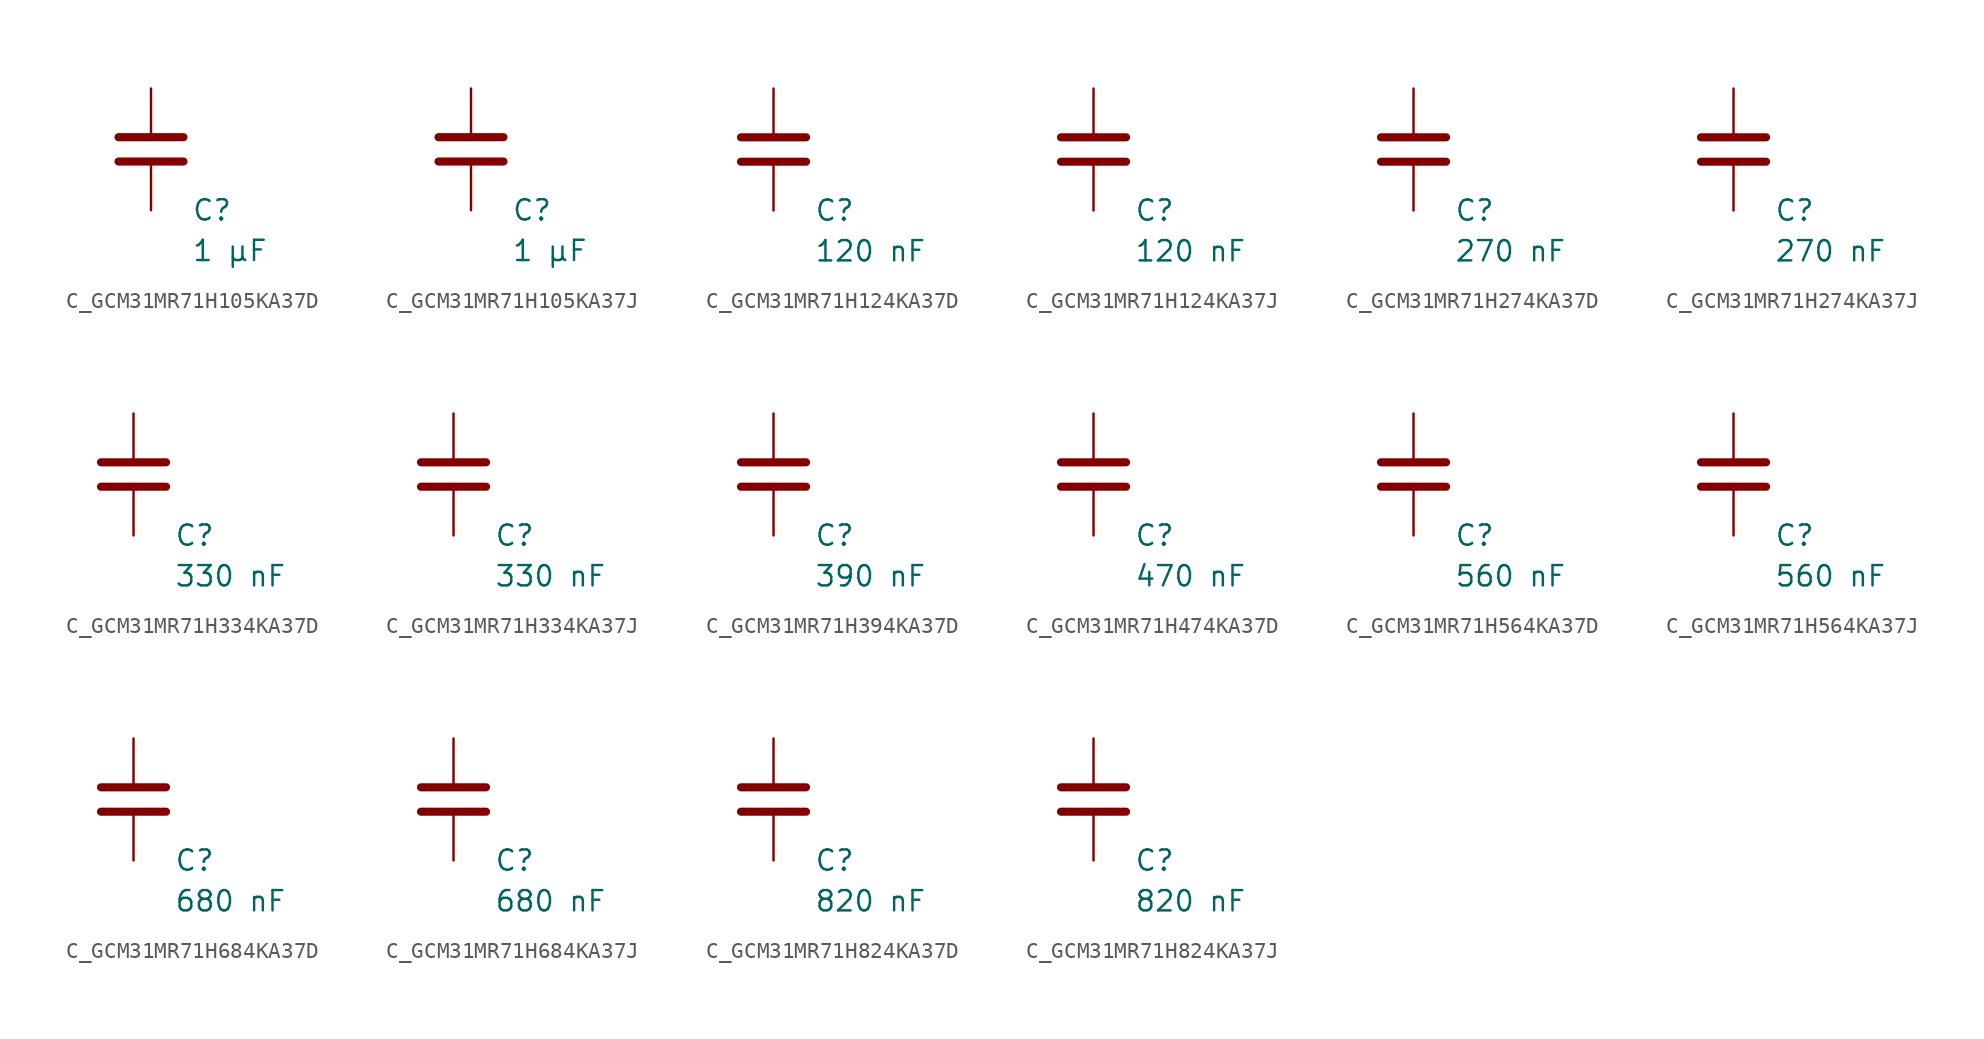
<source format=kicad_sym>
(kicad_symbol_lib
  (version 20231120)
  (generator "kicad_symbol_editor")
  (generator_version "8.0")
  (symbol "C_GCM31MR71H105KA37D"
    (pin_numbers hide)
    (pin_names
      (offset 0.254))
    (property "Reference" "C"
      (at 2.54 -3.81 0)
      (effects (font (size 1.27 1.27)) (justify left))
      (show_name no))
    (property "Value" "1 µF"
      (at 2.54 -6.35 0)
      (effects (font (size 1.27 1.27)) (justify left))
      (show_name no))
    (symbol "C_GCM31MR71H105KA37D_0_1"
      (polyline (pts (xy -2.032 -0.762) (xy 2.032 -0.762)) (stroke (width 0.508) (type default)) (fill (type none)))
      (polyline (pts (xy -2.032 0.762) (xy 2.032 0.762)) (stroke (width 0.508) (type default)) (fill (type none))))
    (symbol "C_GCM31MR71H105KA37D_1_1"
      (pin passive line (at 0 3.81 270) (length 2.794) (name "~" (effects (font (size 1.27 1.27)))) (number "1" (effects (font (size 1.27 1.27)))))
      (pin passive line (at 0 -3.81 90) (length 2.794) (name "~" (effects (font (size 1.27 1.27)))) (number "2" (effects (font (size 1.27 1.27)))))))
  (symbol "C_GCM31MR71H105KA37J"
    (pin_numbers hide)
    (pin_names
      (offset 0.254))
    (property "Reference" "C"
      (at 2.54 -3.81 0)
      (effects (font (size 1.27 1.27)) (justify left))
      (show_name no))
    (property "Value" "1 µF"
      (at 2.54 -6.35 0)
      (effects (font (size 1.27 1.27)) (justify left))
      (show_name no))
    (symbol "C_GCM31MR71H105KA37J_0_1"
      (polyline (pts (xy -2.032 -0.762) (xy 2.032 -0.762)) (stroke (width 0.508) (type default)) (fill (type none)))
      (polyline (pts (xy -2.032 0.762) (xy 2.032 0.762)) (stroke (width 0.508) (type default)) (fill (type none))))
    (symbol "C_GCM31MR71H105KA37J_1_1"
      (pin passive line (at 0 3.81 270) (length 2.794) (name "~" (effects (font (size 1.27 1.27)))) (number "1" (effects (font (size 1.27 1.27)))))
      (pin passive line (at 0 -3.81 90) (length 2.794) (name "~" (effects (font (size 1.27 1.27)))) (number "2" (effects (font (size 1.27 1.27)))))))
  (symbol "C_GCM31MR71H124KA37D"
    (pin_numbers hide)
    (pin_names
      (offset 0.254))
    (property "Reference" "C"
      (at 2.54 -3.81 0)
      (effects (font (size 1.27 1.27)) (justify left))
      (show_name no))
    (property "Value" "120 nF"
      (at 2.54 -6.35 0)
      (effects (font (size 1.27 1.27)) (justify left))
      (show_name no))
    (symbol "C_GCM31MR71H124KA37D_0_1"
      (polyline (pts (xy -2.032 -0.762) (xy 2.032 -0.762)) (stroke (width 0.508) (type default)) (fill (type none)))
      (polyline (pts (xy -2.032 0.762) (xy 2.032 0.762)) (stroke (width 0.508) (type default)) (fill (type none))))
    (symbol "C_GCM31MR71H124KA37D_1_1"
      (pin passive line (at 0 3.81 270) (length 2.794) (name "~" (effects (font (size 1.27 1.27)))) (number "1" (effects (font (size 1.27 1.27)))))
      (pin passive line (at 0 -3.81 90) (length 2.794) (name "~" (effects (font (size 1.27 1.27)))) (number "2" (effects (font (size 1.27 1.27)))))))
  (symbol "C_GCM31MR71H124KA37J"
    (pin_numbers hide)
    (pin_names
      (offset 0.254))
    (property "Reference" "C"
      (at 2.54 -3.81 0)
      (effects (font (size 1.27 1.27)) (justify left))
      (show_name no))
    (property "Value" "120 nF"
      (at 2.54 -6.35 0)
      (effects (font (size 1.27 1.27)) (justify left))
      (show_name no))
    (symbol "C_GCM31MR71H124KA37J_0_1"
      (polyline (pts (xy -2.032 -0.762) (xy 2.032 -0.762)) (stroke (width 0.508) (type default)) (fill (type none)))
      (polyline (pts (xy -2.032 0.762) (xy 2.032 0.762)) (stroke (width 0.508) (type default)) (fill (type none))))
    (symbol "C_GCM31MR71H124KA37J_1_1"
      (pin passive line (at 0 3.81 270) (length 2.794) (name "~" (effects (font (size 1.27 1.27)))) (number "1" (effects (font (size 1.27 1.27)))))
      (pin passive line (at 0 -3.81 90) (length 2.794) (name "~" (effects (font (size 1.27 1.27)))) (number "2" (effects (font (size 1.27 1.27)))))))
  (symbol "C_GCM31MR71H274KA37D"
    (pin_numbers hide)
    (pin_names
      (offset 0.254))
    (property "Reference" "C"
      (at 2.54 -3.81 0)
      (effects (font (size 1.27 1.27)) (justify left))
      (show_name no))
    (property "Value" "270 nF"
      (at 2.54 -6.35 0)
      (effects (font (size 1.27 1.27)) (justify left))
      (show_name no))
    (symbol "C_GCM31MR71H274KA37D_0_1"
      (polyline (pts (xy -2.032 -0.762) (xy 2.032 -0.762)) (stroke (width 0.508) (type default)) (fill (type none)))
      (polyline (pts (xy -2.032 0.762) (xy 2.032 0.762)) (stroke (width 0.508) (type default)) (fill (type none))))
    (symbol "C_GCM31MR71H274KA37D_1_1"
      (pin passive line (at 0 3.81 270) (length 2.794) (name "~" (effects (font (size 1.27 1.27)))) (number "1" (effects (font (size 1.27 1.27)))))
      (pin passive line (at 0 -3.81 90) (length 2.794) (name "~" (effects (font (size 1.27 1.27)))) (number "2" (effects (font (size 1.27 1.27)))))))
  (symbol "C_GCM31MR71H274KA37J"
    (pin_numbers hide)
    (pin_names
      (offset 0.254))
    (property "Reference" "C"
      (at 2.54 -3.81 0)
      (effects (font (size 1.27 1.27)) (justify left))
      (show_name no))
    (property "Value" "270 nF"
      (at 2.54 -6.35 0)
      (effects (font (size 1.27 1.27)) (justify left))
      (show_name no))
    (symbol "C_GCM31MR71H274KA37J_0_1"
      (polyline (pts (xy -2.032 -0.762) (xy 2.032 -0.762)) (stroke (width 0.508) (type default)) (fill (type none)))
      (polyline (pts (xy -2.032 0.762) (xy 2.032 0.762)) (stroke (width 0.508) (type default)) (fill (type none))))
    (symbol "C_GCM31MR71H274KA37J_1_1"
      (pin passive line (at 0 3.81 270) (length 2.794) (name "~" (effects (font (size 1.27 1.27)))) (number "1" (effects (font (size 1.27 1.27)))))
      (pin passive line (at 0 -3.81 90) (length 2.794) (name "~" (effects (font (size 1.27 1.27)))) (number "2" (effects (font (size 1.27 1.27)))))))
  (symbol "C_GCM31MR71H334KA37D"
    (pin_numbers hide)
    (pin_names
      (offset 0.254))
    (property "Reference" "C"
      (at 2.54 -3.81 0)
      (effects (font (size 1.27 1.27)) (justify left))
      (show_name no))
    (property "Value" "330 nF"
      (at 2.54 -6.35 0)
      (effects (font (size 1.27 1.27)) (justify left))
      (show_name no))
    (symbol "C_GCM31MR71H334KA37D_0_1"
      (polyline (pts (xy -2.032 -0.762) (xy 2.032 -0.762)) (stroke (width 0.508) (type default)) (fill (type none)))
      (polyline (pts (xy -2.032 0.762) (xy 2.032 0.762)) (stroke (width 0.508) (type default)) (fill (type none))))
    (symbol "C_GCM31MR71H334KA37D_1_1"
      (pin passive line (at 0 3.81 270) (length 2.794) (name "~" (effects (font (size 1.27 1.27)))) (number "1" (effects (font (size 1.27 1.27)))))
      (pin passive line (at 0 -3.81 90) (length 2.794) (name "~" (effects (font (size 1.27 1.27)))) (number "2" (effects (font (size 1.27 1.27)))))))
  (symbol "C_GCM31MR71H334KA37J"
    (pin_numbers hide)
    (pin_names
      (offset 0.254))
    (property "Reference" "C"
      (at 2.54 -3.81 0)
      (effects (font (size 1.27 1.27)) (justify left))
      (show_name no))
    (property "Value" "330 nF"
      (at 2.54 -6.35 0)
      (effects (font (size 1.27 1.27)) (justify left))
      (show_name no))
    (symbol "C_GCM31MR71H334KA37J_0_1"
      (polyline (pts (xy -2.032 -0.762) (xy 2.032 -0.762)) (stroke (width 0.508) (type default)) (fill (type none)))
      (polyline (pts (xy -2.032 0.762) (xy 2.032 0.762)) (stroke (width 0.508) (type default)) (fill (type none))))
    (symbol "C_GCM31MR71H334KA37J_1_1"
      (pin passive line (at 0 3.81 270) (length 2.794) (name "~" (effects (font (size 1.27 1.27)))) (number "1" (effects (font (size 1.27 1.27)))))
      (pin passive line (at 0 -3.81 90) (length 2.794) (name "~" (effects (font (size 1.27 1.27)))) (number "2" (effects (font (size 1.27 1.27)))))))
  (symbol "C_GCM31MR71H394KA37D"
    (pin_numbers hide)
    (pin_names
      (offset 0.254))
    (property "Reference" "C"
      (at 2.54 -3.81 0)
      (effects (font (size 1.27 1.27)) (justify left))
      (show_name no))
    (property "Value" "390 nF"
      (at 2.54 -6.35 0)
      (effects (font (size 1.27 1.27)) (justify left))
      (show_name no))
    (symbol "C_GCM31MR71H394KA37D_0_1"
      (polyline (pts (xy -2.032 -0.762) (xy 2.032 -0.762)) (stroke (width 0.508) (type default)) (fill (type none)))
      (polyline (pts (xy -2.032 0.762) (xy 2.032 0.762)) (stroke (width 0.508) (type default)) (fill (type none))))
    (symbol "C_GCM31MR71H394KA37D_1_1"
      (pin passive line (at 0 3.81 270) (length 2.794) (name "~" (effects (font (size 1.27 1.27)))) (number "1" (effects (font (size 1.27 1.27)))))
      (pin passive line (at 0 -3.81 90) (length 2.794) (name "~" (effects (font (size 1.27 1.27)))) (number "2" (effects (font (size 1.27 1.27)))))))
  (symbol "C_GCM31MR71H474KA37D"
    (pin_numbers hide)
    (pin_names
      (offset 0.254))
    (property "Reference" "C"
      (at 2.54 -3.81 0)
      (effects (font (size 1.27 1.27)) (justify left))
      (show_name no))
    (property "Value" "470 nF"
      (at 2.54 -6.35 0)
      (effects (font (size 1.27 1.27)) (justify left))
      (show_name no))
    (symbol "C_GCM31MR71H474KA37D_0_1"
      (polyline (pts (xy -2.032 -0.762) (xy 2.032 -0.762)) (stroke (width 0.508) (type default)) (fill (type none)))
      (polyline (pts (xy -2.032 0.762) (xy 2.032 0.762)) (stroke (width 0.508) (type default)) (fill (type none))))
    (symbol "C_GCM31MR71H474KA37D_1_1"
      (pin passive line (at 0 3.81 270) (length 2.794) (name "~" (effects (font (size 1.27 1.27)))) (number "1" (effects (font (size 1.27 1.27)))))
      (pin passive line (at 0 -3.81 90) (length 2.794) (name "~" (effects (font (size 1.27 1.27)))) (number "2" (effects (font (size 1.27 1.27)))))))
  (symbol "C_GCM31MR71H564KA37D"
    (pin_numbers hide)
    (pin_names
      (offset 0.254))
    (property "Reference" "C"
      (at 2.54 -3.81 0)
      (effects (font (size 1.27 1.27)) (justify left))
      (show_name no))
    (property "Value" "560 nF"
      (at 2.54 -6.35 0)
      (effects (font (size 1.27 1.27)) (justify left))
      (show_name no))
    (symbol "C_GCM31MR71H564KA37D_0_1"
      (polyline (pts (xy -2.032 -0.762) (xy 2.032 -0.762)) (stroke (width 0.508) (type default)) (fill (type none)))
      (polyline (pts (xy -2.032 0.762) (xy 2.032 0.762)) (stroke (width 0.508) (type default)) (fill (type none))))
    (symbol "C_GCM31MR71H564KA37D_1_1"
      (pin passive line (at 0 3.81 270) (length 2.794) (name "~" (effects (font (size 1.27 1.27)))) (number "1" (effects (font (size 1.27 1.27)))))
      (pin passive line (at 0 -3.81 90) (length 2.794) (name "~" (effects (font (size 1.27 1.27)))) (number "2" (effects (font (size 1.27 1.27)))))))
  (symbol "C_GCM31MR71H564KA37J"
    (pin_numbers hide)
    (pin_names
      (offset 0.254))
    (property "Reference" "C"
      (at 2.54 -3.81 0)
      (effects (font (size 1.27 1.27)) (justify left))
      (show_name no))
    (property "Value" "560 nF"
      (at 2.54 -6.35 0)
      (effects (font (size 1.27 1.27)) (justify left))
      (show_name no))
    (symbol "C_GCM31MR71H564KA37J_0_1"
      (polyline (pts (xy -2.032 -0.762) (xy 2.032 -0.762)) (stroke (width 0.508) (type default)) (fill (type none)))
      (polyline (pts (xy -2.032 0.762) (xy 2.032 0.762)) (stroke (width 0.508) (type default)) (fill (type none))))
    (symbol "C_GCM31MR71H564KA37J_1_1"
      (pin passive line (at 0 3.81 270) (length 2.794) (name "~" (effects (font (size 1.27 1.27)))) (number "1" (effects (font (size 1.27 1.27)))))
      (pin passive line (at 0 -3.81 90) (length 2.794) (name "~" (effects (font (size 1.27 1.27)))) (number "2" (effects (font (size 1.27 1.27)))))))
  (symbol "C_GCM31MR71H684KA37D"
    (pin_numbers hide)
    (pin_names
      (offset 0.254))
    (property "Reference" "C"
      (at 2.54 -3.81 0)
      (effects (font (size 1.27 1.27)) (justify left))
      (show_name no))
    (property "Value" "680 nF"
      (at 2.54 -6.35 0)
      (effects (font (size 1.27 1.27)) (justify left))
      (show_name no))
    (symbol "C_GCM31MR71H684KA37D_0_1"
      (polyline (pts (xy -2.032 -0.762) (xy 2.032 -0.762)) (stroke (width 0.508) (type default)) (fill (type none)))
      (polyline (pts (xy -2.032 0.762) (xy 2.032 0.762)) (stroke (width 0.508) (type default)) (fill (type none))))
    (symbol "C_GCM31MR71H684KA37D_1_1"
      (pin passive line (at 0 3.81 270) (length 2.794) (name "~" (effects (font (size 1.27 1.27)))) (number "1" (effects (font (size 1.27 1.27)))))
      (pin passive line (at 0 -3.81 90) (length 2.794) (name "~" (effects (font (size 1.27 1.27)))) (number "2" (effects (font (size 1.27 1.27)))))))
  (symbol "C_GCM31MR71H684KA37J"
    (pin_numbers hide)
    (pin_names
      (offset 0.254))
    (property "Reference" "C"
      (at 2.54 -3.81 0)
      (effects (font (size 1.27 1.27)) (justify left))
      (show_name no))
    (property "Value" "680 nF"
      (at 2.54 -6.35 0)
      (effects (font (size 1.27 1.27)) (justify left))
      (show_name no))
    (symbol "C_GCM31MR71H684KA37J_0_1"
      (polyline (pts (xy -2.032 -0.762) (xy 2.032 -0.762)) (stroke (width 0.508) (type default)) (fill (type none)))
      (polyline (pts (xy -2.032 0.762) (xy 2.032 0.762)) (stroke (width 0.508) (type default)) (fill (type none))))
    (symbol "C_GCM31MR71H684KA37J_1_1"
      (pin passive line (at 0 3.81 270) (length 2.794) (name "~" (effects (font (size 1.27 1.27)))) (number "1" (effects (font (size 1.27 1.27)))))
      (pin passive line (at 0 -3.81 90) (length 2.794) (name "~" (effects (font (size 1.27 1.27)))) (number "2" (effects (font (size 1.27 1.27)))))))
  (symbol "C_GCM31MR71H824KA37D"
    (pin_numbers hide)
    (pin_names
      (offset 0.254))
    (property "Reference" "C"
      (at 2.54 -3.81 0)
      (effects (font (size 1.27 1.27)) (justify left))
      (show_name no))
    (property "Value" "820 nF"
      (at 2.54 -6.35 0)
      (effects (font (size 1.27 1.27)) (justify left))
      (show_name no))
    (symbol "C_GCM31MR71H824KA37D_0_1"
      (polyline (pts (xy -2.032 -0.762) (xy 2.032 -0.762)) (stroke (width 0.508) (type default)) (fill (type none)))
      (polyline (pts (xy -2.032 0.762) (xy 2.032 0.762)) (stroke (width 0.508) (type default)) (fill (type none))))
    (symbol "C_GCM31MR71H824KA37D_1_1"
      (pin passive line (at 0 3.81 270) (length 2.794) (name "~" (effects (font (size 1.27 1.27)))) (number "1" (effects (font (size 1.27 1.27)))))
      (pin passive line (at 0 -3.81 90) (length 2.794) (name "~" (effects (font (size 1.27 1.27)))) (number "2" (effects (font (size 1.27 1.27)))))))
  (symbol "C_GCM31MR71H824KA37J"
    (pin_numbers hide)
    (pin_names
      (offset 0.254))
    (property "Reference" "C"
      (at 2.54 -3.81 0)
      (effects (font (size 1.27 1.27)) (justify left))
      (show_name no))
    (property "Value" "820 nF"
      (at 2.54 -6.35 0)
      (effects (font (size 1.27 1.27)) (justify left))
      (show_name no))
    (symbol "C_GCM31MR71H824KA37J_0_1"
      (polyline (pts (xy -2.032 -0.762) (xy 2.032 -0.762)) (stroke (width 0.508) (type default)) (fill (type none)))
      (polyline (pts (xy -2.032 0.762) (xy 2.032 0.762)) (stroke (width 0.508) (type default)) (fill (type none))))
    (symbol "C_GCM31MR71H824KA37J_1_1"
      (pin passive line (at 0 3.81 270) (length 2.794) (name "~" (effects (font (size 1.27 1.27)))) (number "1" (effects (font (size 1.27 1.27)))))
      (pin passive line (at 0 -3.81 90) (length 2.794) (name "~" (effects (font (size 1.27 1.27)))) (number "2" (effects (font (size 1.27 1.27))))))))
</source>
